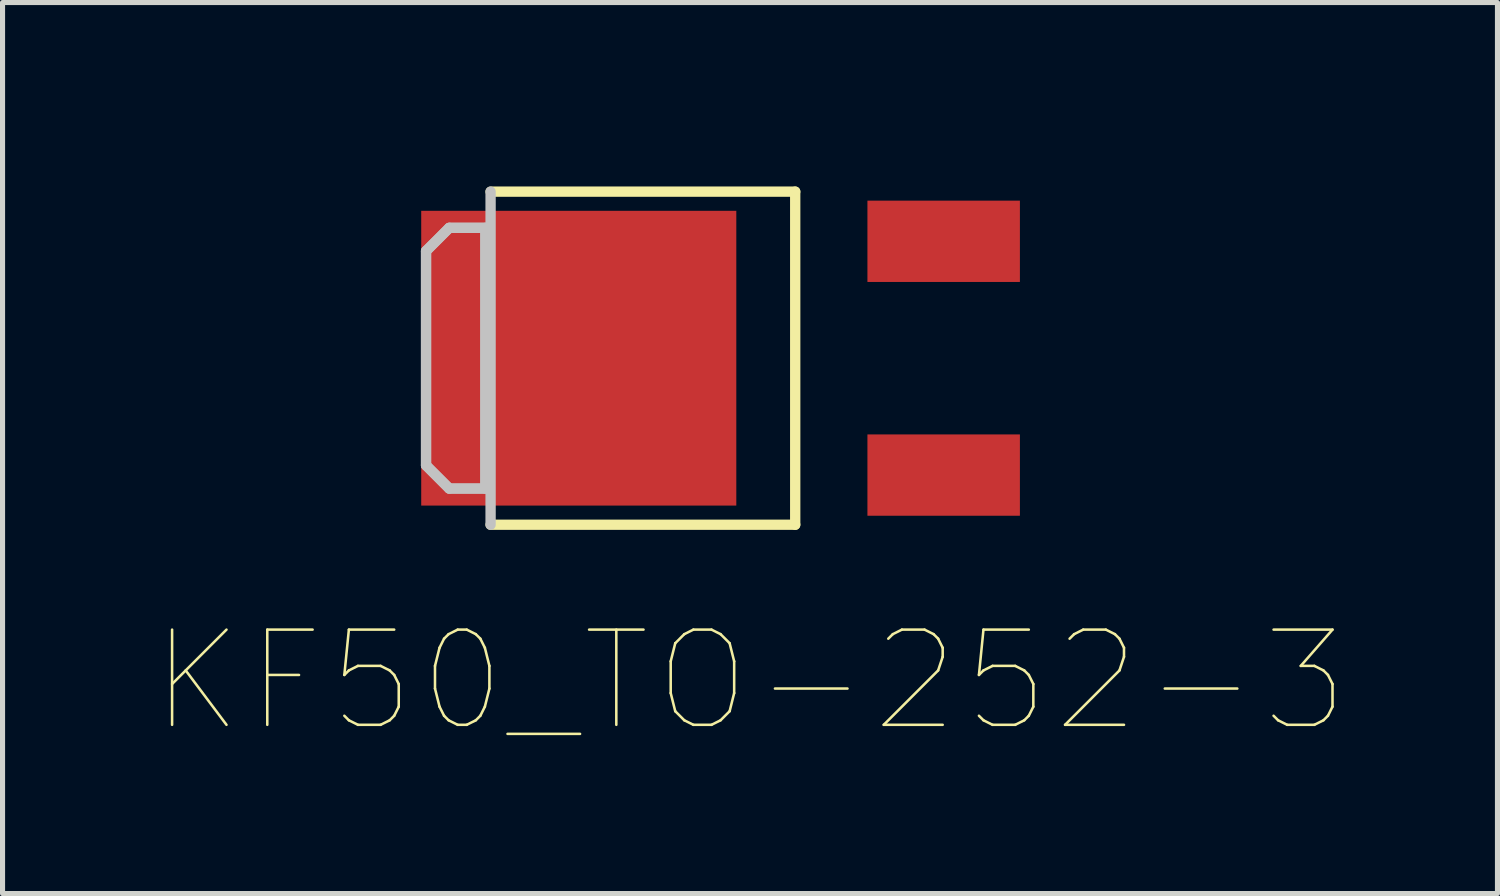
<source format=kicad_pcb>
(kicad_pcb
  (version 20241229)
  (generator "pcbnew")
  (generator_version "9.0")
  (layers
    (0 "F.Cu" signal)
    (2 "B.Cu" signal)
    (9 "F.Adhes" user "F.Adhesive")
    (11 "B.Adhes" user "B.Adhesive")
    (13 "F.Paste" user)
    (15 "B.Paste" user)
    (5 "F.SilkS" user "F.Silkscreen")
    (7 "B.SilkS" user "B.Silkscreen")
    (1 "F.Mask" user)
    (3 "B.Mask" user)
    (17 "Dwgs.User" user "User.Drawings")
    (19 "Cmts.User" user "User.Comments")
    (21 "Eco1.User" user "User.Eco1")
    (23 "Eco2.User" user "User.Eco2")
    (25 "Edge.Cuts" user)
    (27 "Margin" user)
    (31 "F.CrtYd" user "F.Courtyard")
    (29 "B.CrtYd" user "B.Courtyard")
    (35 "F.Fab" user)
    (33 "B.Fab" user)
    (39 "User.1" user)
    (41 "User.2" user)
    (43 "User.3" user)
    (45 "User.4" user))
  (footprint "KF50_TO-252-3"
    (layer "F.Cu")
    (at 15.518 3.998)
    (property "Reference" "KF50_TO-252-3" (at -3.81 6.35 0) (layer "F.SilkS") (effects (font (size 1.873 1.873) (thickness 0.05))))
    (attr smd)
    (fp_line (start -8.915 -3.277) (end -2.921 -3.277) (stroke (width 0.203) (type solid)) (layer "F.SilkS"))
    (fp_line (start -2.921 -3.277) (end -2.921 3.277) (stroke (width 0.203) (type solid)) (layer "F.SilkS"))
    (fp_line (start -2.921 3.277) (end -8.915 3.277) (stroke (width 0.203) (type solid)) (layer "F.SilkS"))
    (fp_line (start -10.185 -2.108) (end -9.728 -2.565) (stroke (width 0.203) (type solid)) (layer "Dwgs.User"))
    (fp_line (start -10.185 2.108) (end -10.185 -2.108) (stroke (width 0.203) (type solid)) (layer "Dwgs.User"))
    (fp_line (start -9.728 -2.565) (end -9.017 -2.565) (stroke (width 0.203) (type solid)) (layer "Dwgs.User"))
    (fp_line (start -9.728 2.565) (end -10.185 2.108) (stroke (width 0.203) (type solid)) (layer "Dwgs.User"))
    (fp_line (start -9.017 -2.565) (end -9.017 2.565) (stroke (width 0.203) (type solid)) (layer "Dwgs.User"))
    (fp_line (start -9.017 2.565) (end -9.728 2.565) (stroke (width 0.203) (type solid)) (layer "Dwgs.User"))
    (fp_line (start -8.915 3.277) (end -8.915 -3.277) (stroke (width 0.203) (type solid)) (layer "Dwgs.User"))
    (fp_poly (pts (xy -9.017 2.565) (xy -9.728 2.565) (xy -10.185 2.108) (xy -10.185 -2.108) (xy -9.728 -2.565) (xy -9.017 -2.565)) (stroke (width 0.2) (type solid)) (fill no) (layer "Dwgs.User"))
    (fp_line (start -11.063 -3.973) (end 0.903 -3.973) (stroke (width 0.051) (type solid)) (layer "Eco1.User"))
    (fp_line (start -11.063 3.973) (end -11.063 -3.973) (stroke (width 0.051) (type solid)) (layer "Eco1.User"))
    (fp_line (start 0.903 -3.973) (end 0.903 3.973) (stroke (width 0.051) (type solid)) (layer "Eco1.User"))
    (fp_line (start 0.903 3.973) (end -11.063 3.973) (stroke (width 0.051) (type solid)) (layer "Eco1.User"))
    (pad "1" smd rect (at 0 2.3) (size 3 1.6) (layers "F.Cu" "F.Mask" "F.Paste"))
    (pad "2" smd rect (at 0 -2.3) (size 3 1.6) (layers "F.Cu" "F.Mask" "F.Paste"))
    (pad "3" smd rect (at -7.18 0 90) (size 5.8 6.2) (layers "F.Cu" "F.Mask" "F.Paste")))
  (gr_rect
    (start -3 -3)
    (end 26.415 14.532)
    (stroke (width 0.1) (type default))
    (fill no)
    (layer "Edge.Cuts")))
</source>
